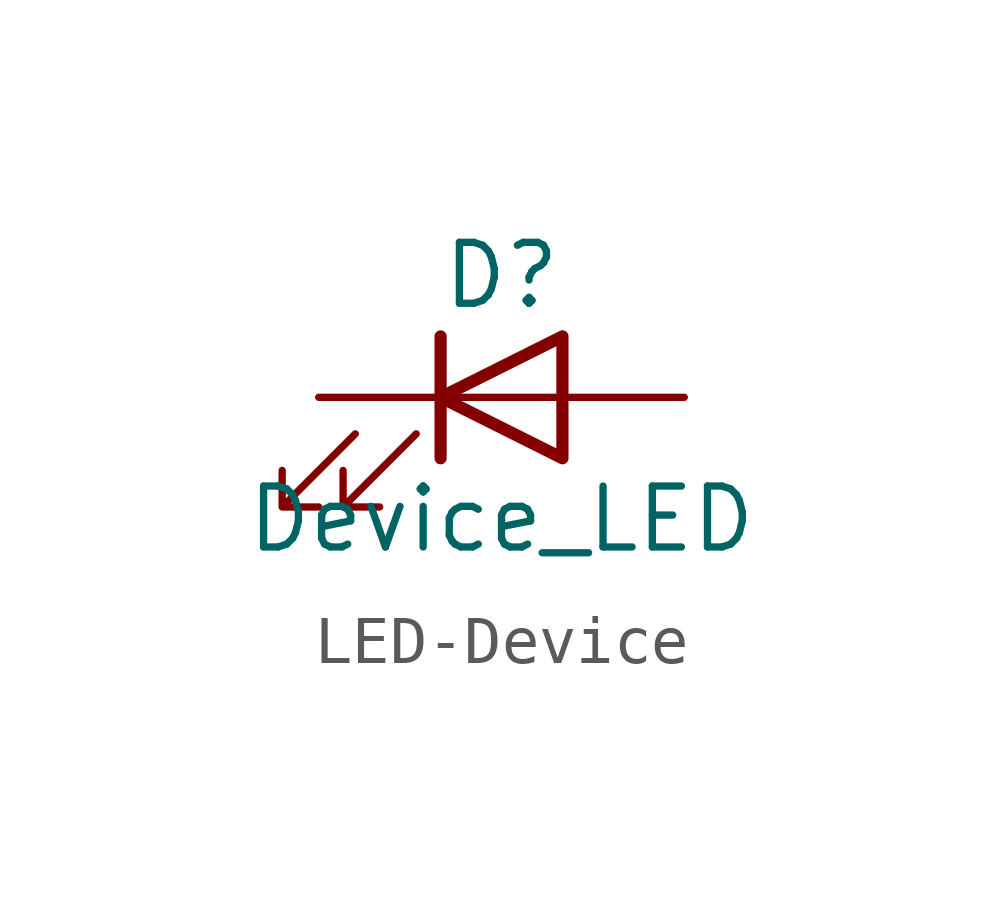
<source format=kicad_sym>
(kicad_symbol_lib
  (version 20220914)
  (generator kicad_symbol_editor)
  (symbol "LED-Device"
    (pin_numbers hide)
    (pin_names
      (offset 1.016) hide)
    (property "Reference" "D"
      (at 0 2.54 0)
      (effects (font (size 1.27 1.27))))
    (property "Value" "Device_LED"
      (at 0 -2.54 0)
      (effects (font (size 1.27 1.27))))
    (symbol "LED-Device_0_1"
      (polyline (pts (xy -1.27 -1.27) (xy -1.27 1.27)) (stroke (width 0.254) (type solid)) (fill (type none)))
      (polyline (pts (xy -1.27 0) (xy 1.27 0)) (stroke (width 0) (type solid)) (fill (type none)))
      (polyline (pts (xy 1.27 -1.27) (xy 1.27 1.27) (xy -1.27 0) (xy 1.27 -1.27)) (stroke (width 0.254) (type solid)) (fill (type none)))
      (polyline (pts (xy -3.048 -0.762) (xy -4.572 -2.286) (xy -3.81 -2.286) (xy -4.572 -2.286) (xy -4.572 -1.524)) (stroke (width 0) (type solid)) (fill (type none)))
      (polyline (pts (xy -1.778 -0.762) (xy -3.302 -2.286) (xy -2.54 -2.286) (xy -3.302 -2.286) (xy -3.302 -1.524)) (stroke (width 0) (type solid)) (fill (type none))))
    (symbol "LED-Device_1_1"
      (pin passive line (at -3.81 0 0) (length 2.54) (name "K" (effects (font (size 1.27 1.27)))) (number "1" (effects (font (size 1.27 1.27)))))
      (pin passive line (at 3.81 0 180) (length 2.54) (name "A" (effects (font (size 1.27 1.27)))) (number "2" (effects (font (size 1.27 1.27))))))))
</source>
